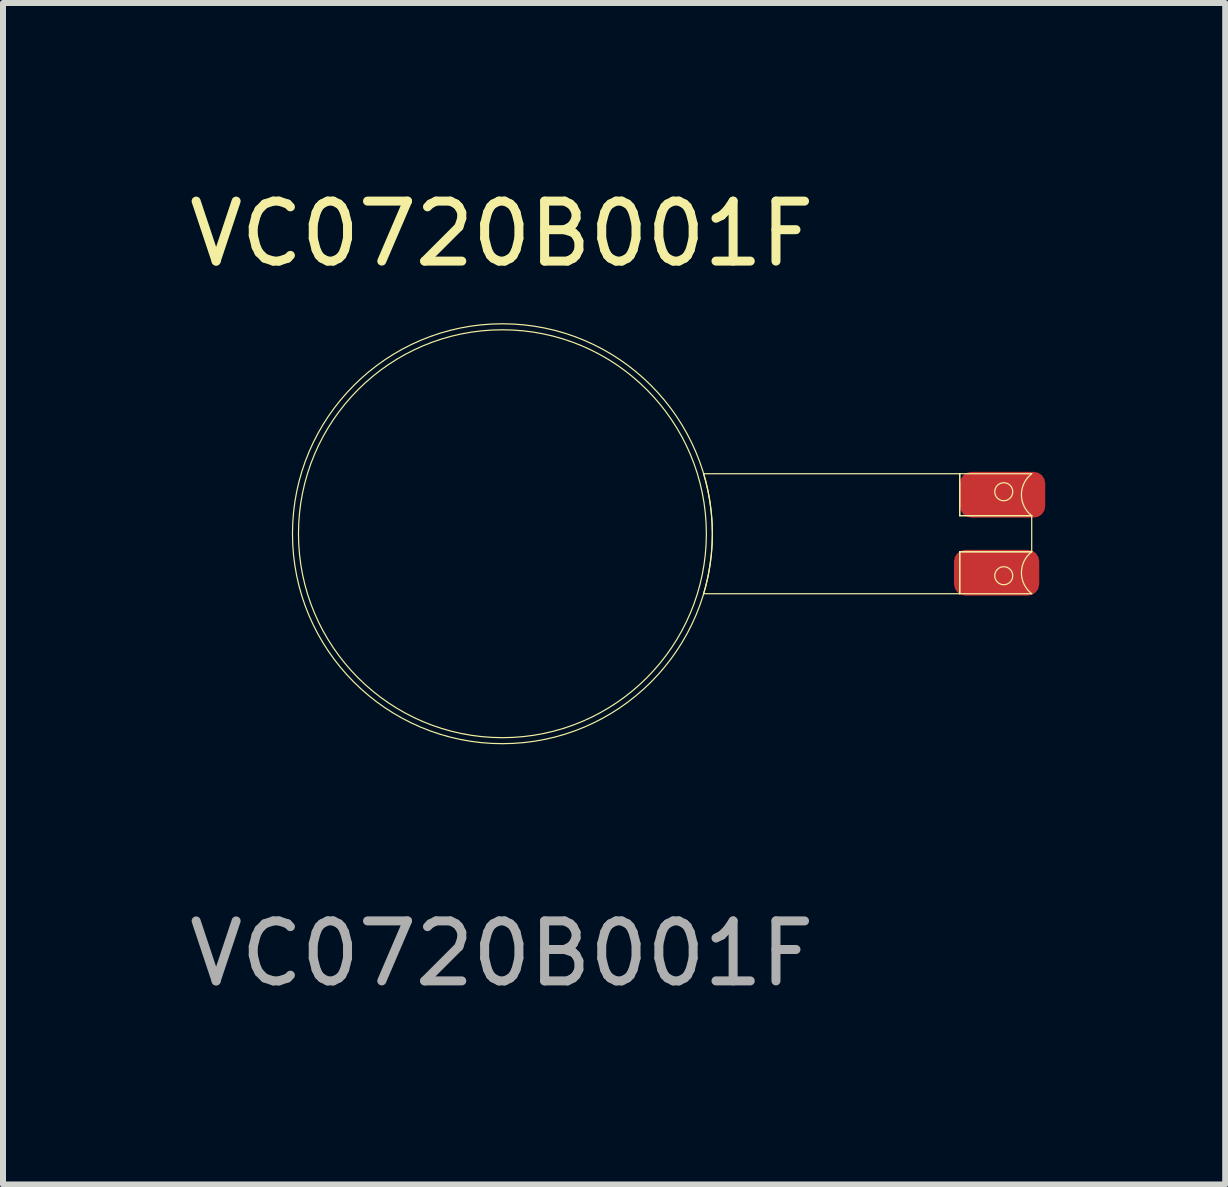
<source format=kicad_pcb>
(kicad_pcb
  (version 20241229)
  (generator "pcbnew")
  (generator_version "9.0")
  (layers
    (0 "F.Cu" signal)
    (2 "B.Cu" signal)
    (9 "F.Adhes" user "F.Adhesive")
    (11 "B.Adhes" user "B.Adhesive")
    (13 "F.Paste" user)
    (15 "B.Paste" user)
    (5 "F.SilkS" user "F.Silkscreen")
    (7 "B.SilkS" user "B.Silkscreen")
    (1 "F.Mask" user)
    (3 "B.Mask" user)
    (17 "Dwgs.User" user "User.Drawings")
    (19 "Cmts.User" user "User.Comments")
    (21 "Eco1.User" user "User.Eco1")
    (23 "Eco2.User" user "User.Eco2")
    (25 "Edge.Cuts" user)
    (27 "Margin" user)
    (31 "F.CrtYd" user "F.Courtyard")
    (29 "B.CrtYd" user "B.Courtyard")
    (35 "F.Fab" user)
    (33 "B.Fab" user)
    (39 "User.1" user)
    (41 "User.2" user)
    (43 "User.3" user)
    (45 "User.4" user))
  (footprint "VC0720B001F"
    (layer "F.Cu")
    (at 5.315 5.848)
    (property "Reference" "VC0720B001F" (at 0 -5 0) (unlocked yes) (layer "F.SilkS") (effects (font (size 1 1) (thickness 0.15))))
    (attr smd)
    (fp_line (start 3.365 -1) (end 7.635 -1) (stroke (width 0.02) (type solid)) (layer "F.SilkS"))
    (fp_line (start 7.635 -1) (end 7.635 -0.301) (stroke (width 0.02) (type solid)) (layer "F.SilkS"))
    (fp_line (start 7.635 -1) (end 8.835 -1) (stroke (width 0.02) (type solid)) (layer "F.SilkS"))
    (fp_line (start 7.635 -0.301) (end 7.635 -1) (stroke (width 0.02) (type solid)) (layer "F.SilkS"))
    (fp_line (start 7.635 -0.301) (end 8.835 -0.301) (stroke (width 0.02) (type solid)) (layer "F.SilkS"))
    (fp_line (start 7.635 0.301) (end 7.635 1) (stroke (width 0.02) (type solid)) (layer "F.SilkS"))
    (fp_line (start 7.635 0.301) (end 8.835 0.301) (stroke (width 0.02) (type solid)) (layer "F.SilkS"))
    (fp_line (start 7.635 1) (end 3.365 1) (stroke (width 0.02) (type solid)) (layer "F.SilkS"))
    (fp_line (start 7.635 1) (end 7.635 0.301) (stroke (width 0.02) (type solid)) (layer "F.SilkS"))
    (fp_line (start 8.835 -0.301) (end 7.635 -0.301) (stroke (width 0.02) (type solid)) (layer "F.SilkS"))
    (fp_line (start 8.835 -0.301) (end 8.835 0.301) (stroke (width 0.02) (type solid)) (layer "F.SilkS"))
    (fp_line (start 8.835 0.301) (end 7.635 0.301) (stroke (width 0.02) (type solid)) (layer "F.SilkS"))
    (fp_line (start 8.835 1) (end 7.635 1) (stroke (width 0.02) (type solid)) (layer "F.SilkS"))
    (fp_arc (start 3.365113 -1) (mid 3.511011 0) (end 3.365113 1) (stroke (width 0.02) (type solid)) (layer "F.SilkS"))
    (fp_arc (start 8.835173 -0.300619) (mid 8.663558 -0.650309) (end 8.835173 -1) (stroke (width 0.02) (type solid)) (layer "F.SilkS"))
    (fp_arc (start 8.835173 1) (mid 8.663558 0.65031) (end 8.835173 0.300619) (stroke (width 0.02) (type solid)) (layer "F.SilkS"))
    (fp_circle (center 0.011 0) (end 3.411 0) (stroke (width 0.02) (type solid)) (fill no) (layer "F.SilkS"))
    (fp_circle (center 0.011 0) (end 3.511 0) (stroke (width 0.02) (type solid)) (fill no) (layer "F.SilkS"))
    (fp_circle (center 8.369 -0.7) (end 8.519 -0.7) (stroke (width 0.02) (type solid)) (fill no) (layer "F.SilkS"))
    (fp_circle (center 8.369 0.7) (end 8.519 0.7) (stroke (width 0.02) (type solid)) (fill no) (layer "F.SilkS"))
    (fp_text user "${REFERENCE}" (at 0 7 0) (unlocked yes) (layer "F.Fab") (effects (font (size 1 1) (thickness 0.15))))
    (pad "1" smd roundrect (at 8.35 -0.65) (size 1.421 0.762) (layers "F.Cu" "F.Mask" "F.Paste") (roundrect_rratio 0.25))
    (pad "2" smd roundrect (at 8.25 0.65) (size 1.421 0.762) (layers "F.Cu" "F.Mask" "F.Paste") (roundrect_rratio 0.25)))
  (gr_rect
    (start -3 -3)
    (end 17.376 16.697)
    (stroke (width 0.1) (type default))
    (fill no)
    (layer "Edge.Cuts")))
</source>
